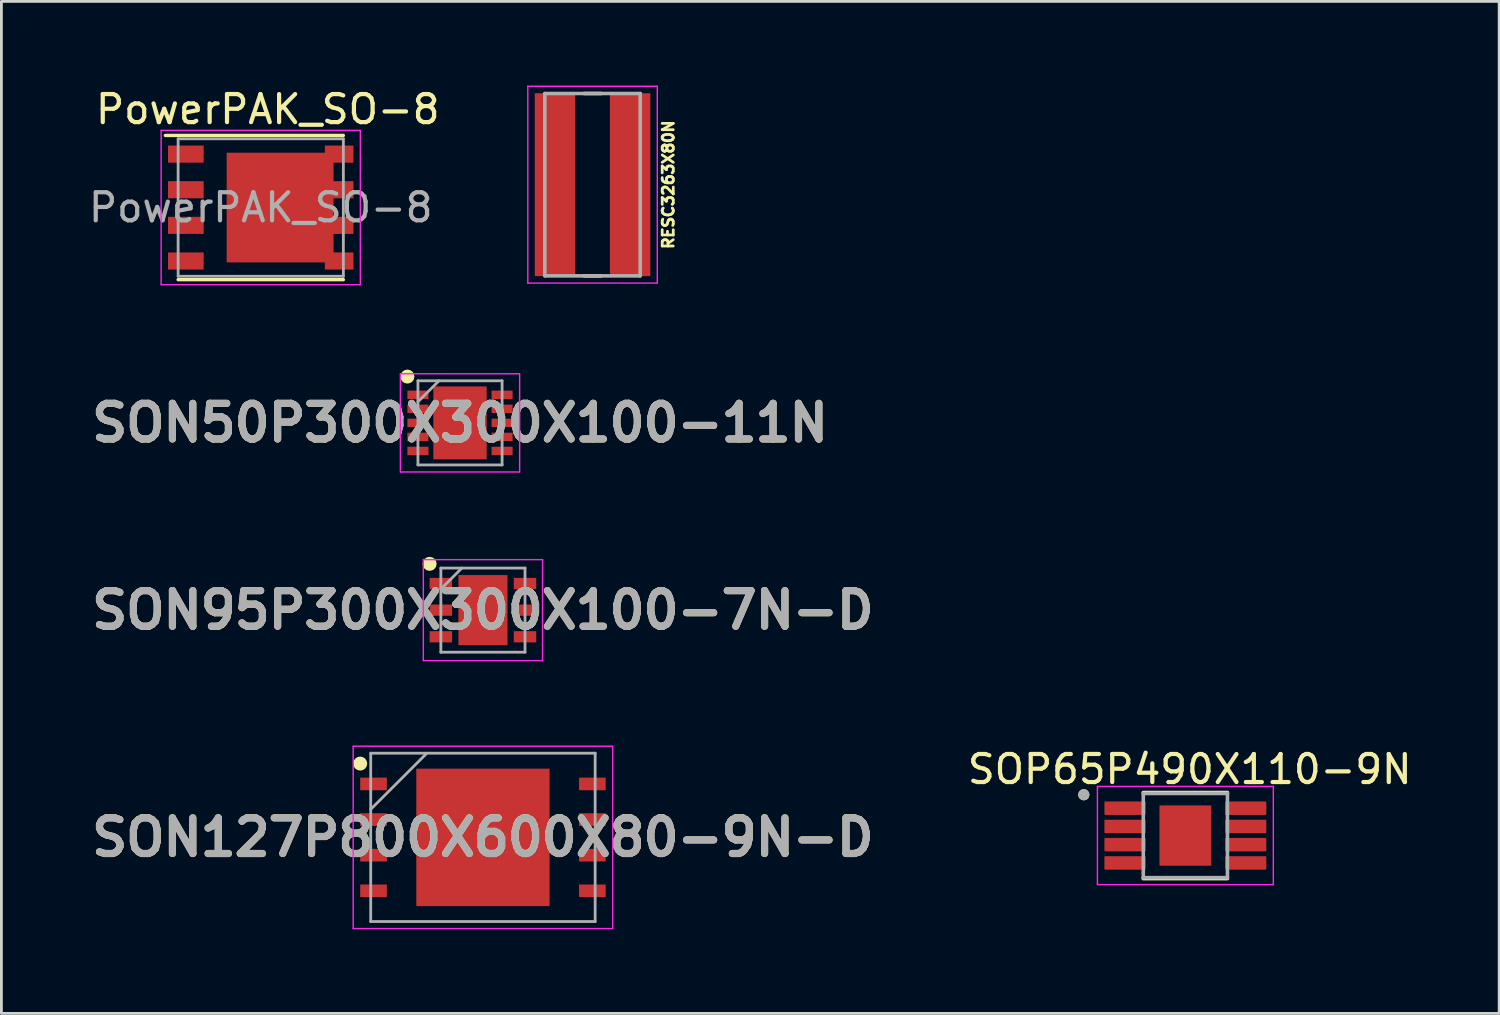
<source format=kicad_pcb>
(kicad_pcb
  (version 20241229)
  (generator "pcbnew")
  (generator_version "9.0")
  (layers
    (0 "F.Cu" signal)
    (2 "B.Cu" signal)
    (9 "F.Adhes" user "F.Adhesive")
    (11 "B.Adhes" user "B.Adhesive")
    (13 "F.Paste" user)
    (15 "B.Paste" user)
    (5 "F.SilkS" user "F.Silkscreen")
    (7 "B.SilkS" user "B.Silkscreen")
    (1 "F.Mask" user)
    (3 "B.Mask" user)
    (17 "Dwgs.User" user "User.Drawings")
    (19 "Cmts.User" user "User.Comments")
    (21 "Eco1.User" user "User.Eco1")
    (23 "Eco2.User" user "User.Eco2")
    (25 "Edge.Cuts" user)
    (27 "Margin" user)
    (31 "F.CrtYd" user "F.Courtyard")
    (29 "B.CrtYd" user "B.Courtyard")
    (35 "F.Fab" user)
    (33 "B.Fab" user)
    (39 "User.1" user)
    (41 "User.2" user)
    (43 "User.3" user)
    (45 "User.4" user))
  (footprint "SOP65P490X110-9N"
    (layer "F.Cu")
    (at 39.202 26.733)
    (property "Reference" "SOP65P490X110-9N" (at 0.155 -2.362 0) (layer "F.SilkS") (effects (font (size 1 1) (thickness 0.15))))
    (attr smd)
    (fp_line (start -1.5 -1.535) (end 1.5 -1.535) (stroke (width 0.127) (type solid)) (layer "F.SilkS"))
    (fp_line (start -1.5 1.535) (end 1.5 1.535) (stroke (width 0.127) (type solid)) (layer "F.SilkS"))
    (fp_circle (center -3.62 -1.455) (end -3.52 -1.455) (stroke (width 0.2) (type solid)) (fill no) (layer "F.SilkS"))
    (fp_poly (pts (xy -0.781 -0.94) (xy 0.781 -0.94) (xy 0.781 0.94) (xy -0.781 0.94)) (stroke (width 0.01) (type solid)) (fill yes) (layer "F.Paste"))
    (fp_line (start -3.135 -1.75) (end -3.135 1.75) (stroke (width 0.05) (type solid)) (layer "F.CrtYd"))
    (fp_line (start -3.135 -1.75) (end 3.135 -1.75) (stroke (width 0.05) (type solid)) (layer "F.CrtYd"))
    (fp_line (start -3.135 1.75) (end 3.135 1.75) (stroke (width 0.05) (type solid)) (layer "F.CrtYd"))
    (fp_line (start 3.135 -1.75) (end 3.135 1.75) (stroke (width 0.05) (type solid)) (layer "F.CrtYd"))
    (fp_line (start -1.5 -1.5) (end -1.5 1.5) (stroke (width 0.127) (type solid)) (layer "F.Fab"))
    (fp_line (start -1.5 -1.5) (end 1.5 -1.5) (stroke (width 0.127) (type solid)) (layer "F.Fab"))
    (fp_line (start -1.5 1.5) (end 1.5 1.5) (stroke (width 0.127) (type solid)) (layer "F.Fab"))
    (fp_line (start 1.5 -1.5) (end 1.5 1.5) (stroke (width 0.127) (type solid)) (layer "F.Fab"))
    (fp_circle (center -3.62 -1.455) (end -3.52 -1.455) (stroke (width 0.2) (type solid)) (fill no) (layer "F.Fab"))
    (pad "1" smd roundrect (at -2.15 -0.975) (size 1.47 0.48) (layers "F.Cu" "F.Mask" "F.Paste") (roundrect_rratio 0.06))
    (pad "2" smd roundrect (at -2.15 -0.325) (size 1.47 0.48) (layers "F.Cu" "F.Mask" "F.Paste") (roundrect_rratio 0.06))
    (pad "3" smd roundrect (at -2.15 0.325) (size 1.47 0.48) (layers "F.Cu" "F.Mask" "F.Paste") (roundrect_rratio 0.06))
    (pad "4" smd roundrect (at -2.15 0.975) (size 1.47 0.48) (layers "F.Cu" "F.Mask" "F.Paste") (roundrect_rratio 0.06))
    (pad "5" smd roundrect (at 2.15 0.975) (size 1.47 0.48) (layers "F.Cu" "F.Mask" "F.Paste") (roundrect_rratio 0.06))
    (pad "6" smd roundrect (at 2.15 0.325) (size 1.47 0.48) (layers "F.Cu" "F.Mask" "F.Paste") (roundrect_rratio 0.06))
    (pad "7" smd roundrect (at 2.15 -0.325) (size 1.47 0.48) (layers "F.Cu" "F.Mask" "F.Paste") (roundrect_rratio 0.06))
    (pad "8" smd roundrect (at 2.15 -0.975) (size 1.47 0.48) (layers "F.Cu" "F.Mask" "F.Paste") (roundrect_rratio 0.06))
    (pad "9" smd rect (at 0 0) (size 1.846 2.15) (layers "F.Cu" "F.Mask")))
  (footprint "SON127P800X600X80-9N-D"
    (layer "F.Cu")
    (at 14.164 26.798)
    (property "Reference" "SON127P800X600X80-9N-D" (at 0 0 0) (layer "F.SilkS") (effects (font (size 1.27 1.27) (thickness 0.254))))
    (attr smd)
    (fp_circle (center -4.375 -2.63) (end -4.375 -2.505) (stroke (width 0.25) (type solid)) (fill no) (layer "F.SilkS"))
    (fp_line (start -4.625 -3.25) (end 4.625 -3.25) (stroke (width 0.05) (type solid)) (layer "F.CrtYd"))
    (fp_line (start -4.625 3.25) (end -4.625 -3.25) (stroke (width 0.05) (type solid)) (layer "F.CrtYd"))
    (fp_line (start 4.625 -3.25) (end 4.625 3.25) (stroke (width 0.05) (type solid)) (layer "F.CrtYd"))
    (fp_line (start 4.625 3.25) (end -4.625 3.25) (stroke (width 0.05) (type solid)) (layer "F.CrtYd"))
    (fp_line (start -4 -3) (end 4 -3) (stroke (width 0.1) (type solid)) (layer "F.Fab"))
    (fp_line (start -4 -1) (end -2 -3) (stroke (width 0.1) (type solid)) (layer "F.Fab"))
    (fp_line (start -4 3) (end -4 -3) (stroke (width 0.1) (type solid)) (layer "F.Fab"))
    (fp_line (start 4 -3) (end 4 3) (stroke (width 0.1) (type solid)) (layer "F.Fab"))
    (fp_line (start 4 3) (end -4 3) (stroke (width 0.1) (type solid)) (layer "F.Fab"))
    (fp_text user "${REFERENCE}" (at 0 0 0) (layer "F.Fab") (effects (font (size 1.27 1.27) (thickness 0.254))))
    (pad "1" smd rect (at -3.9 -1.905 90) (size 0.45 0.95) (layers "F.Cu" "F.Mask" "F.Paste"))
    (pad "2" smd rect (at -3.9 -0.635 90) (size 0.45 0.95) (layers "F.Cu" "F.Mask" "F.Paste"))
    (pad "3" smd rect (at -3.9 0.635 90) (size 0.45 0.95) (layers "F.Cu" "F.Mask" "F.Paste"))
    (pad "4" smd rect (at -3.9 1.905 90) (size 0.45 0.95) (layers "F.Cu" "F.Mask" "F.Paste"))
    (pad "5" smd rect (at 3.9 1.905 90) (size 0.45 0.95) (layers "F.Cu" "F.Mask" "F.Paste"))
    (pad "6" smd rect (at 3.9 0.635 90) (size 0.45 0.95) (layers "F.Cu" "F.Mask" "F.Paste"))
    (pad "7" smd rect (at 3.9 -0.635 90) (size 0.45 0.95) (layers "F.Cu" "F.Mask" "F.Paste"))
    (pad "8" smd rect (at 3.9 -1.905 90) (size 0.45 0.95) (layers "F.Cu" "F.Mask" "F.Paste"))
    (pad "9" smd rect (at 0 0) (size 4.75 4.9) (layers "F.Cu" "F.Mask" "F.Paste")))
  (footprint "RESC3263X80N"
    (layer "F.Cu")
    (at 18.071 3.533)
    (property "Reference" "RESC3263X80N" (at 2.7 0 90) (layer "F.SilkS") (effects (font (size 0.394 0.394) (thickness 0.098))))
    (attr smd)
    (fp_line (start -0.3 -3.25) (end 0.3 -3.25) (stroke (width 0.127) (type solid)) (layer "F.SilkS"))
    (fp_line (start -0.3 3.25) (end 0.3 3.25) (stroke (width 0.127) (type solid)) (layer "F.SilkS"))
    (fp_line (start -2.308 -3.508) (end 2.308 -3.508) (stroke (width 0.05) (type solid)) (layer "F.CrtYd"))
    (fp_line (start -2.308 3.508) (end -2.308 -3.508) (stroke (width 0.05) (type solid)) (layer "F.CrtYd"))
    (fp_line (start -2.308 3.508) (end 2.308 3.508) (stroke (width 0.05) (type solid)) (layer "F.CrtYd"))
    (fp_line (start 2.308 3.508) (end 2.308 -3.508) (stroke (width 0.05) (type solid)) (layer "F.CrtYd"))
    (fp_line (start -1.7 3.25) (end -1.7 -3.25) (stroke (width 0.127) (type solid)) (layer "F.Fab"))
    (fp_line (start 1.7 -3.25) (end -1.7 -3.25) (stroke (width 0.127) (type solid)) (layer "F.Fab"))
    (fp_line (start 1.7 3.25) (end -1.7 3.25) (stroke (width 0.127) (type solid)) (layer "F.Fab"))
    (fp_line (start 1.7 3.25) (end 1.7 -3.25) (stroke (width 0.127) (type solid)) (layer "F.Fab"))
    (pad "1" smd rect (at -1.34 0) (size 1.44 6.52) (layers "F.Cu" "F.Mask" "F.Paste"))
    (pad "2" smd rect (at 1.34 0) (size 1.44 6.52) (layers "F.Cu" "F.Mask" "F.Paste")))
  (footprint "PowerPAK_SO-8"
    (layer "F.Cu")
    (at 6.244 4.348)
    (property "Reference" "PowerPAK_SO-8" (at 0.25 -3.5 0) (layer "F.SilkS") (effects (font (size 1 1) (thickness 0.15))))
    (attr through_hole)
    (fp_line (start -3.4 -2.57) (end 2.945 -2.57) (stroke (width 0.12) (type solid)) (layer "F.SilkS"))
    (fp_line (start -2.945 2.57) (end 2.945 2.57) (stroke (width 0.12) (type solid)) (layer "F.SilkS"))
    (fp_line (start -3.55 -2.75) (end -3.55 2.75) (stroke (width 0.05) (type solid)) (layer "F.CrtYd"))
    (fp_line (start -3.55 -2.75) (end 3.55 -2.75) (stroke (width 0.05) (type solid)) (layer "F.CrtYd"))
    (fp_line (start -3.55 2.75) (end 3.55 2.75) (stroke (width 0.05) (type solid)) (layer "F.CrtYd"))
    (fp_line (start 3.55 -2.75) (end 3.55 2.75) (stroke (width 0.05) (type solid)) (layer "F.CrtYd"))
    (fp_line (start -2.945 -2.45) (end 2.945 -2.45) (stroke (width 0.1) (type solid)) (layer "F.Fab"))
    (fp_line (start -2.945 2.45) (end -2.945 -2.45) (stroke (width 0.1) (type solid)) (layer "F.Fab"))
    (fp_line (start 2.945 -2.45) (end 2.945 2.45) (stroke (width 0.1) (type solid)) (layer "F.Fab"))
    (fp_line (start 2.945 2.45) (end -2.945 2.45) (stroke (width 0.1) (type solid)) (layer "F.Fab"))
    (fp_text user "${REFERENCE}" (at 0 0 0) (layer "F.Fab") (effects (font (size 1 1) (thickness 0.15))))
    (pad "1" smd rect (at -2.67 -1.905) (size 1.27 0.61) (layers "F.Cu" "F.Mask" "F.Paste"))
    (pad "1" smd rect (at -2.67 -0.635) (size 1.27 0.61) (layers "F.Cu" "F.Mask" "F.Paste"))
    (pad "1" smd rect (at -2.67 0.635) (size 1.27 0.61) (layers "F.Cu" "F.Mask" "F.Paste"))
    (pad "2" smd rect (at 0.69 0) (size 3.81 3.91) (layers "F.Cu" "F.Mask" "F.Paste"))
    (pad "2" smd rect (at 2.795 -1.905) (size 1.02 0.61) (layers "F.Cu" "F.Mask" "F.Paste"))
    (pad "2" smd rect (at 2.795 -0.635) (size 1.02 0.61) (layers "F.Cu" "F.Mask" "F.Paste"))
    (pad "2" smd rect (at 2.795 0.635) (size 1.02 0.61) (layers "F.Cu" "F.Mask" "F.Paste"))
    (pad "2" smd rect (at 2.795 1.905) (size 1.02 0.61) (layers "F.Cu" "F.Mask" "F.Paste"))
    (pad "3" smd rect (at -2.67 1.905) (size 1.27 0.61) (layers "F.Cu" "F.Mask" "F.Paste")))
  (footprint "SON50P300X300X100-11N"
    (layer "F.Cu")
    (at 13.347 12.023)
    (property "Reference" "SON50P300X300X100-11N" (at 0 0 0) (layer "F.SilkS") (effects (font (size 1.27 1.27) (thickness 0.254))))
    (attr smd)
    (fp_circle (center -1.875 -1.65) (end -1.875 -1.525) (stroke (width 0.25) (type solid)) (fill no) (layer "F.SilkS"))
    (fp_line (start -2.125 -1.75) (end 2.125 -1.75) (stroke (width 0.05) (type solid)) (layer "F.CrtYd"))
    (fp_line (start -2.125 1.75) (end -2.125 -1.75) (stroke (width 0.05) (type solid)) (layer "F.CrtYd"))
    (fp_line (start 2.125 -1.75) (end 2.125 1.75) (stroke (width 0.05) (type solid)) (layer "F.CrtYd"))
    (fp_line (start 2.125 1.75) (end -2.125 1.75) (stroke (width 0.05) (type solid)) (layer "F.CrtYd"))
    (fp_line (start -1.5 -1.5) (end 1.5 -1.5) (stroke (width 0.1) (type solid)) (layer "F.Fab"))
    (fp_line (start -1.5 -0.75) (end -0.75 -1.5) (stroke (width 0.1) (type solid)) (layer "F.Fab"))
    (fp_line (start -1.5 1.5) (end -1.5 -1.5) (stroke (width 0.1) (type solid)) (layer "F.Fab"))
    (fp_line (start 1.5 -1.5) (end 1.5 1.5) (stroke (width 0.1) (type solid)) (layer "F.Fab"))
    (fp_line (start 1.5 1.5) (end -1.5 1.5) (stroke (width 0.1) (type solid)) (layer "F.Fab"))
    (fp_text user "${REFERENCE}" (at 0 0 0) (layer "F.Fab") (effects (font (size 1.27 1.27) (thickness 0.254))))
    (pad "1" smd rect (at -1.5 -1 90) (size 0.3 0.75) (layers "F.Cu" "F.Mask" "F.Paste"))
    (pad "2" smd rect (at -1.5 -0.5 90) (size 0.3 0.75) (layers "F.Cu" "F.Mask" "F.Paste"))
    (pad "3" smd rect (at -1.5 0 90) (size 0.3 0.75) (layers "F.Cu" "F.Mask" "F.Paste"))
    (pad "4" smd rect (at -1.5 0.5 90) (size 0.3 0.75) (layers "F.Cu" "F.Mask" "F.Paste"))
    (pad "5" smd rect (at -1.5 1 90) (size 0.3 0.75) (layers "F.Cu" "F.Mask" "F.Paste"))
    (pad "6" smd rect (at 1.5 1 90) (size 0.3 0.75) (layers "F.Cu" "F.Mask" "F.Paste"))
    (pad "7" smd rect (at 1.5 0.5 90) (size 0.3 0.75) (layers "F.Cu" "F.Mask" "F.Paste"))
    (pad "8" smd rect (at 1.5 0 90) (size 0.3 0.75) (layers "F.Cu" "F.Mask" "F.Paste"))
    (pad "9" smd rect (at 1.5 -0.5 90) (size 0.3 0.75) (layers "F.Cu" "F.Mask" "F.Paste"))
    (pad "10" smd rect (at 1.5 -1 90) (size 0.3 0.75) (layers "F.Cu" "F.Mask" "F.Paste"))
    (pad "11" smd rect (at 0 0) (size 1.9 2.6) (layers "F.Cu" "F.Mask" "F.Paste")))
  (footprint "SON95P300X300X100-7N-D"
    (layer "F.Cu")
    (at 14.164 18.698)
    (property "Reference" "SON95P300X300X100-7N-D" (at 0 0 0) (layer "F.SilkS") (effects (font (size 1.27 1.27) (thickness 0.254))))
    (attr smd)
    (fp_circle (center -1.9 -1.65) (end -1.9 -1.525) (stroke (width 0.25) (type solid)) (fill no) (layer "F.SilkS"))
    (fp_line (start -2.125 -1.8) (end 2.125 -1.8) (stroke (width 0.05) (type solid)) (layer "F.CrtYd"))
    (fp_line (start -2.125 1.8) (end -2.125 -1.8) (stroke (width 0.05) (type solid)) (layer "F.CrtYd"))
    (fp_line (start 2.125 -1.8) (end 2.125 1.8) (stroke (width 0.05) (type solid)) (layer "F.CrtYd"))
    (fp_line (start 2.125 1.8) (end -2.125 1.8) (stroke (width 0.05) (type solid)) (layer "F.CrtYd"))
    (fp_line (start -1.5 -1.5) (end 1.5 -1.5) (stroke (width 0.1) (type solid)) (layer "F.Fab"))
    (fp_line (start -1.5 -0.75) (end -0.75 -1.5) (stroke (width 0.1) (type solid)) (layer "F.Fab"))
    (fp_line (start -1.5 1.5) (end -1.5 -1.5) (stroke (width 0.1) (type solid)) (layer "F.Fab"))
    (fp_line (start 1.5 -1.5) (end 1.5 1.5) (stroke (width 0.1) (type solid)) (layer "F.Fab"))
    (fp_line (start 1.5 1.5) (end -1.5 1.5) (stroke (width 0.1) (type solid)) (layer "F.Fab"))
    (fp_text user "${REFERENCE}" (at 0 0 0) (layer "F.Fab") (effects (font (size 1.27 1.27) (thickness 0.254))))
    (pad "1" smd rect (at -1.5 -0.95 90) (size 0.4 0.8) (layers "F.Cu" "F.Mask" "F.Paste"))
    (pad "2" smd rect (at -1.5 0 90) (size 0.4 0.8) (layers "F.Cu" "F.Mask" "F.Paste"))
    (pad "3" smd rect (at -1.5 0.95 90) (size 0.4 0.8) (layers "F.Cu" "F.Mask" "F.Paste"))
    (pad "4" smd rect (at 1.5 0.95 90) (size 0.4 0.8) (layers "F.Cu" "F.Mask" "F.Paste"))
    (pad "5" smd rect (at 1.5 0 90) (size 0.4 0.8) (layers "F.Cu" "F.Mask" "F.Paste"))
    (pad "6" smd rect (at 1.5 -0.95 90) (size 0.4 0.8) (layers "F.Cu" "F.Mask" "F.Paste"))
    (pad "7" smd rect (at 0 0) (size 1.75 2.5) (layers "F.Cu" "F.Mask" "F.Paste")))
  (gr_rect
    (start -3 -3)
    (end 50.387 33.073)
    (stroke (width 0.1) (type default))
    (fill no)
    (layer "Edge.Cuts")))
</source>
